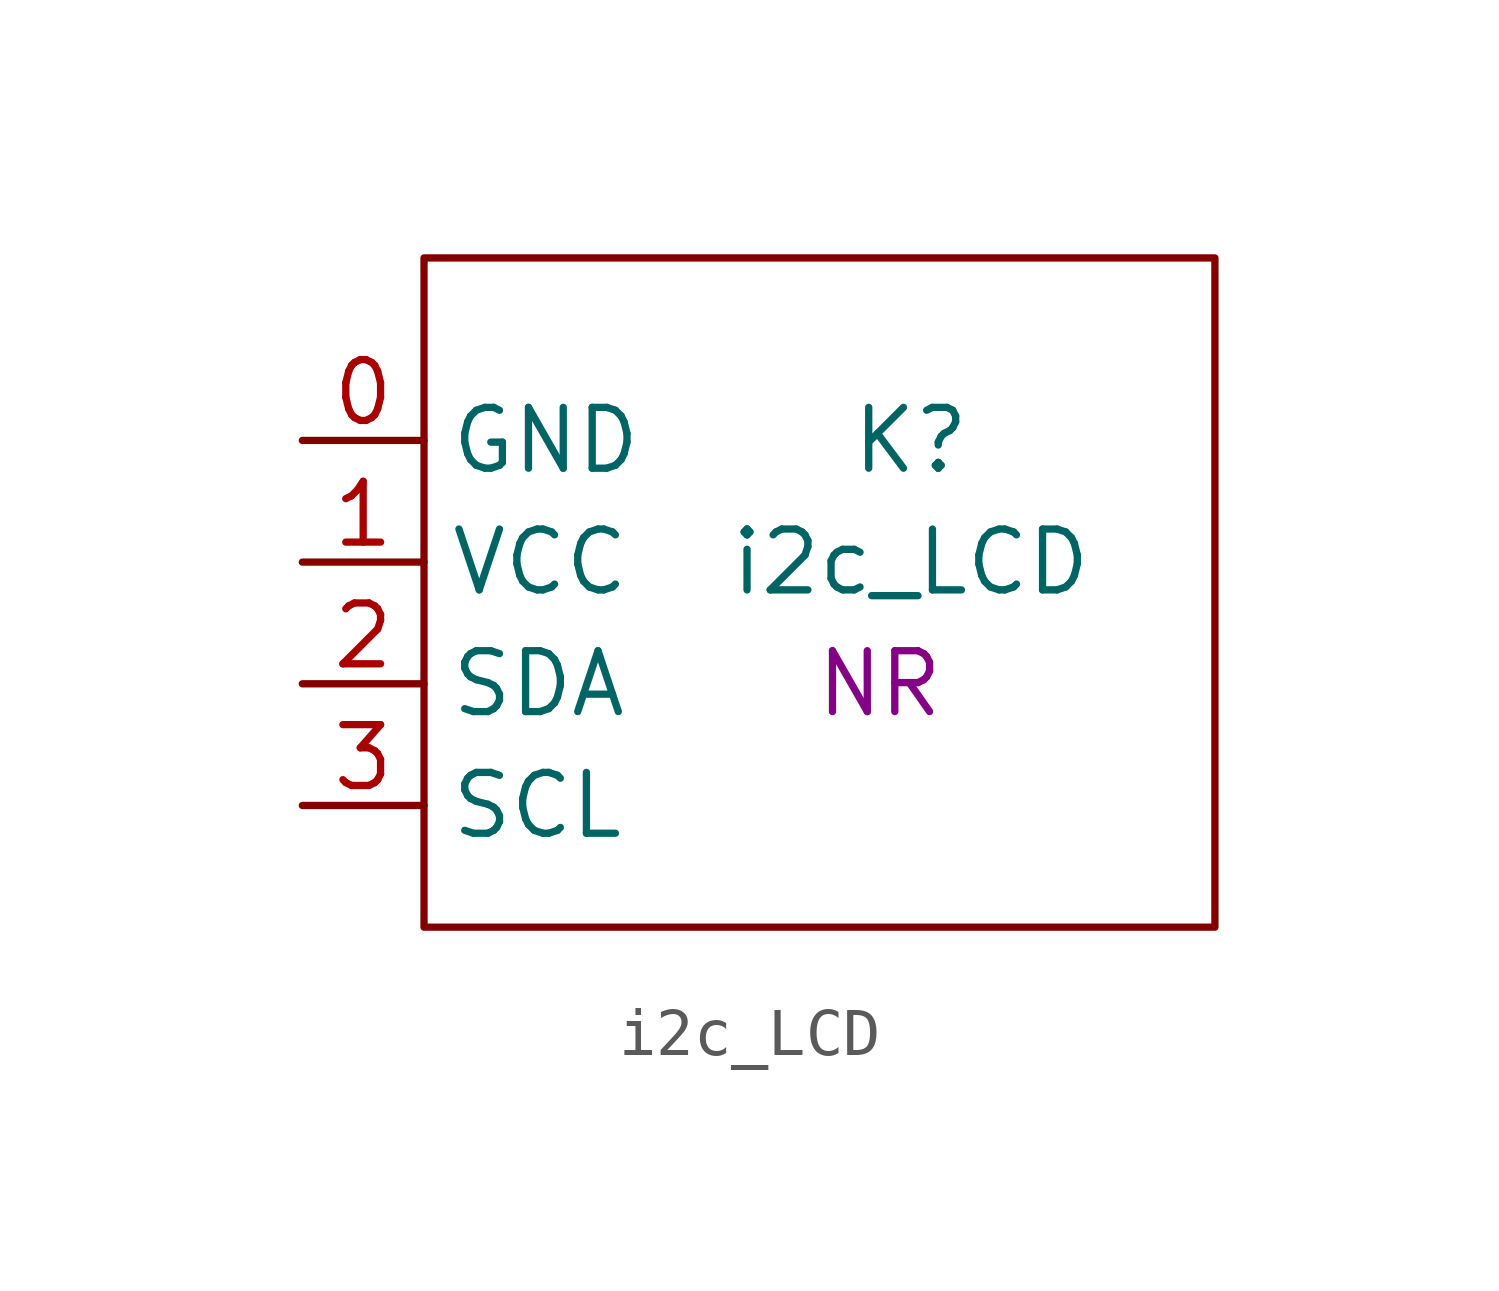
<source format=kicad_sym>
(kicad_symbol_lib
  (version 20211014)
  (generator kicad_symbol_editor)
  (symbol "i2c_LCD"
    (property "Reference" "K"
      (at 12.7 0 0)
      (effects (font (size 1.27 1.27))))
    (property "Value" "i2c_LCD"
      (at 12.7 -2.54 0)
      (effects (font (size 1.27 1.27))))
    (property "Spice_Primitive" "R"
      (at 12.7 -5.08 0)
      (effects (font (size 1.27 1.27))))
    (property "Spice_Netlist_Enabled" "N"
      (at 11.43 -5.08 0)
      (effects (font (size 1.27 1.27))))
    (symbol "i2c_LCD_0_0"
      (pin power_in line (at 0 0 0) (length 2.54) (name "GND" (effects (font (size 1.27 1.27)))) (number "0" (effects (font (size 1.27 1.27)))))
      (pin power_in line (at 0 -2.54 0) (length 2.54) (name "VCC" (effects (font (size 1.27 1.27)))) (number "1" (effects (font (size 1.27 1.27)))))
      (pin bidirectional line (at 0 -5.08 0) (length 2.54) (name "SDA" (effects (font (size 1.27 1.27)))) (number "2" (effects (font (size 1.27 1.27)))))
      (pin input line (at 0 -7.62 0) (length 2.54) (name "SCL" (effects (font (size 1.27 1.27)))) (number "3" (effects (font (size 1.27 1.27))))))
    (symbol "i2c_LCD_0_1"
      (rectangle (start 2.54 3.81) (end 19.05 -10.16) (stroke (width 0) (type default) (color 0 0 0 0)) (fill (type none))))))
</source>
